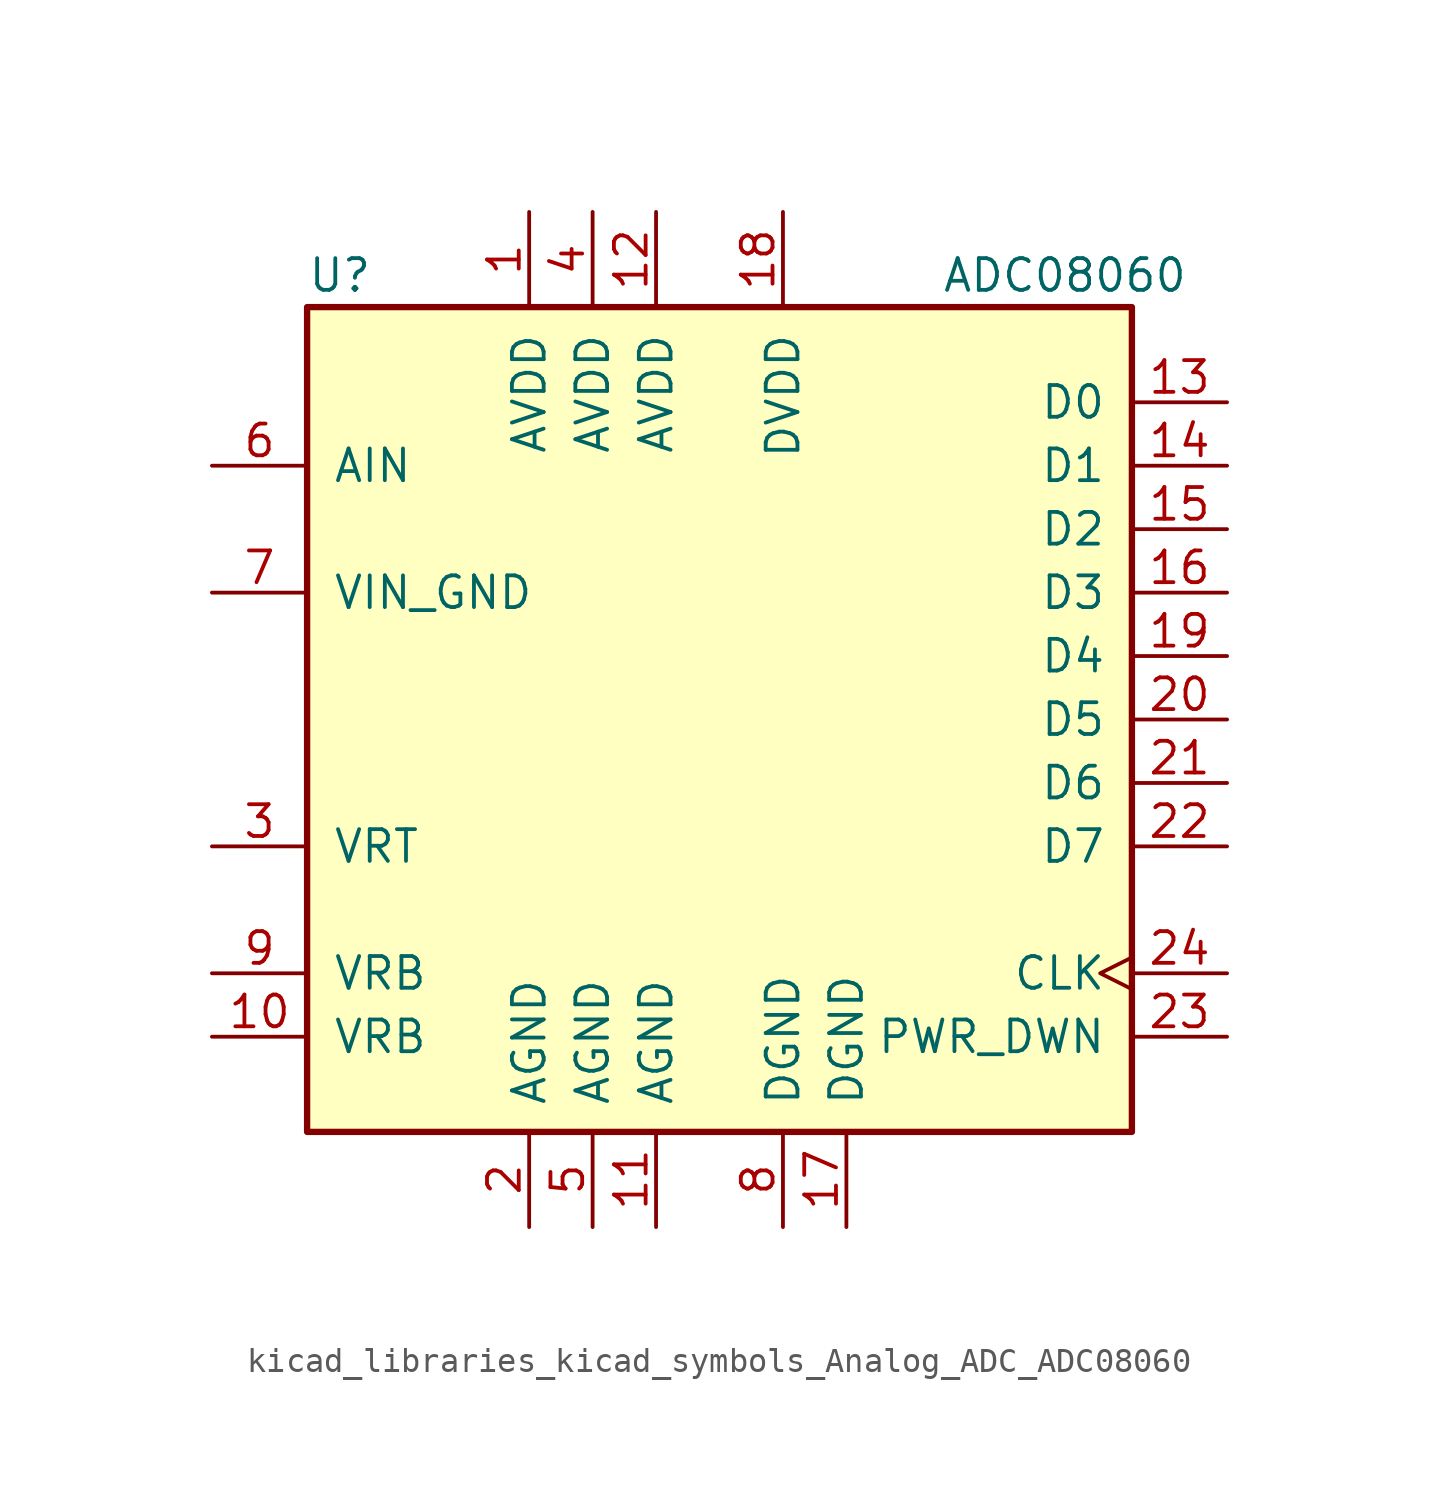
<source format=kicad_sym>
(kicad_symbol_lib
  (version 20220914)
  (generator kicad_symbol_editor)
  (symbol "kicad_libraries_kicad_symbols_Analog_ADC_ADC08060"
    (pin_names
      (offset 1.016))
    (property "Reference" "U"
      (at -16.51 17.78 0)
      (effects (font (size 1.27 1.27)) (justify left)))
    (property "Value" "ADC08060"
      (at 8.89 17.78 0)
      (effects (font (size 1.27 1.27)) (justify left)))
    (symbol "kicad_libraries_kicad_symbols_Analog_ADC_ADC08060_0_1"
      (rectangle (start -16.51 16.51) (end 16.51 -16.51) (stroke (width 0.254) (type default)) (fill (type background))))
    (symbol "kicad_libraries_kicad_symbols_Analog_ADC_ADC08060_1_1"
      (pin power_in line (at -7.62 20.32 270) (length 3.81) (name "AVDD" (effects (font (size 1.27 1.27)))) (number "1" (effects (font (size 1.27 1.27)))))
      (pin input line (at -20.32 -12.7 0) (length 3.81) (name "VRB" (effects (font (size 1.27 1.27)))) (number "10" (effects (font (size 1.27 1.27)))))
      (pin power_in line (at -2.54 -20.32 90) (length 3.81) (name "AGND" (effects (font (size 1.27 1.27)))) (number "11" (effects (font (size 1.27 1.27)))))
      (pin power_in line (at -2.54 20.32 270) (length 3.81) (name "AVDD" (effects (font (size 1.27 1.27)))) (number "12" (effects (font (size 1.27 1.27)))))
      (pin tri_state line (at 20.32 12.7 180) (length 3.81) (name "D0" (effects (font (size 1.27 1.27)))) (number "13" (effects (font (size 1.27 1.27)))))
      (pin tri_state line (at 20.32 10.16 180) (length 3.81) (name "D1" (effects (font (size 1.27 1.27)))) (number "14" (effects (font (size 1.27 1.27)))))
      (pin tri_state line (at 20.32 7.62 180) (length 3.81) (name "D2" (effects (font (size 1.27 1.27)))) (number "15" (effects (font (size 1.27 1.27)))))
      (pin tri_state line (at 20.32 5.08 180) (length 3.81) (name "D3" (effects (font (size 1.27 1.27)))) (number "16" (effects (font (size 1.27 1.27)))))
      (pin power_in line (at 5.08 -20.32 90) (length 3.81) (name "DGND" (effects (font (size 1.27 1.27)))) (number "17" (effects (font (size 1.27 1.27)))))
      (pin power_in line (at 2.54 20.32 270) (length 3.81) (name "DVDD" (effects (font (size 1.27 1.27)))) (number "18" (effects (font (size 1.27 1.27)))))
      (pin tri_state line (at 20.32 2.54 180) (length 3.81) (name "D4" (effects (font (size 1.27 1.27)))) (number "19" (effects (font (size 1.27 1.27)))))
      (pin power_in line (at -7.62 -20.32 90) (length 3.81) (name "AGND" (effects (font (size 1.27 1.27)))) (number "2" (effects (font (size 1.27 1.27)))))
      (pin tri_state line (at 20.32 0 180) (length 3.81) (name "D5" (effects (font (size 1.27 1.27)))) (number "20" (effects (font (size 1.27 1.27)))))
      (pin tri_state line (at 20.32 -2.54 180) (length 3.81) (name "D6" (effects (font (size 1.27 1.27)))) (number "21" (effects (font (size 1.27 1.27)))))
      (pin tri_state line (at 20.32 -5.08 180) (length 3.81) (name "D7" (effects (font (size 1.27 1.27)))) (number "22" (effects (font (size 1.27 1.27)))))
      (pin input line (at 20.32 -12.7 180) (length 3.81) (name "PWR_DWN" (effects (font (size 1.27 1.27)))) (number "23" (effects (font (size 1.27 1.27)))))
      (pin input clock (at 20.32 -10.16 180) (length 3.81) (name "CLK" (effects (font (size 1.27 1.27)))) (number "24" (effects (font (size 1.27 1.27)))))
      (pin input line (at -20.32 -5.08 0) (length 3.81) (name "VRT" (effects (font (size 1.27 1.27)))) (number "3" (effects (font (size 1.27 1.27)))))
      (pin power_in line (at -5.08 20.32 270) (length 3.81) (name "AVDD" (effects (font (size 1.27 1.27)))) (number "4" (effects (font (size 1.27 1.27)))))
      (pin power_in line (at -5.08 -20.32 90) (length 3.81) (name "AGND" (effects (font (size 1.27 1.27)))) (number "5" (effects (font (size 1.27 1.27)))))
      (pin input line (at -20.32 10.16 0) (length 3.81) (name "AIN" (effects (font (size 1.27 1.27)))) (number "6" (effects (font (size 1.27 1.27)))))
      (pin input line (at -20.32 5.08 0) (length 3.81) (name "VIN_GND" (effects (font (size 1.27 1.27)))) (number "7" (effects (font (size 1.27 1.27)))))
      (pin power_in line (at 2.54 -20.32 90) (length 3.81) (name "DGND" (effects (font (size 1.27 1.27)))) (number "8" (effects (font (size 1.27 1.27)))))
      (pin input line (at -20.32 -10.16 0) (length 3.81) (name "VRB" (effects (font (size 1.27 1.27)))) (number "9" (effects (font (size 1.27 1.27))))))))
</source>
